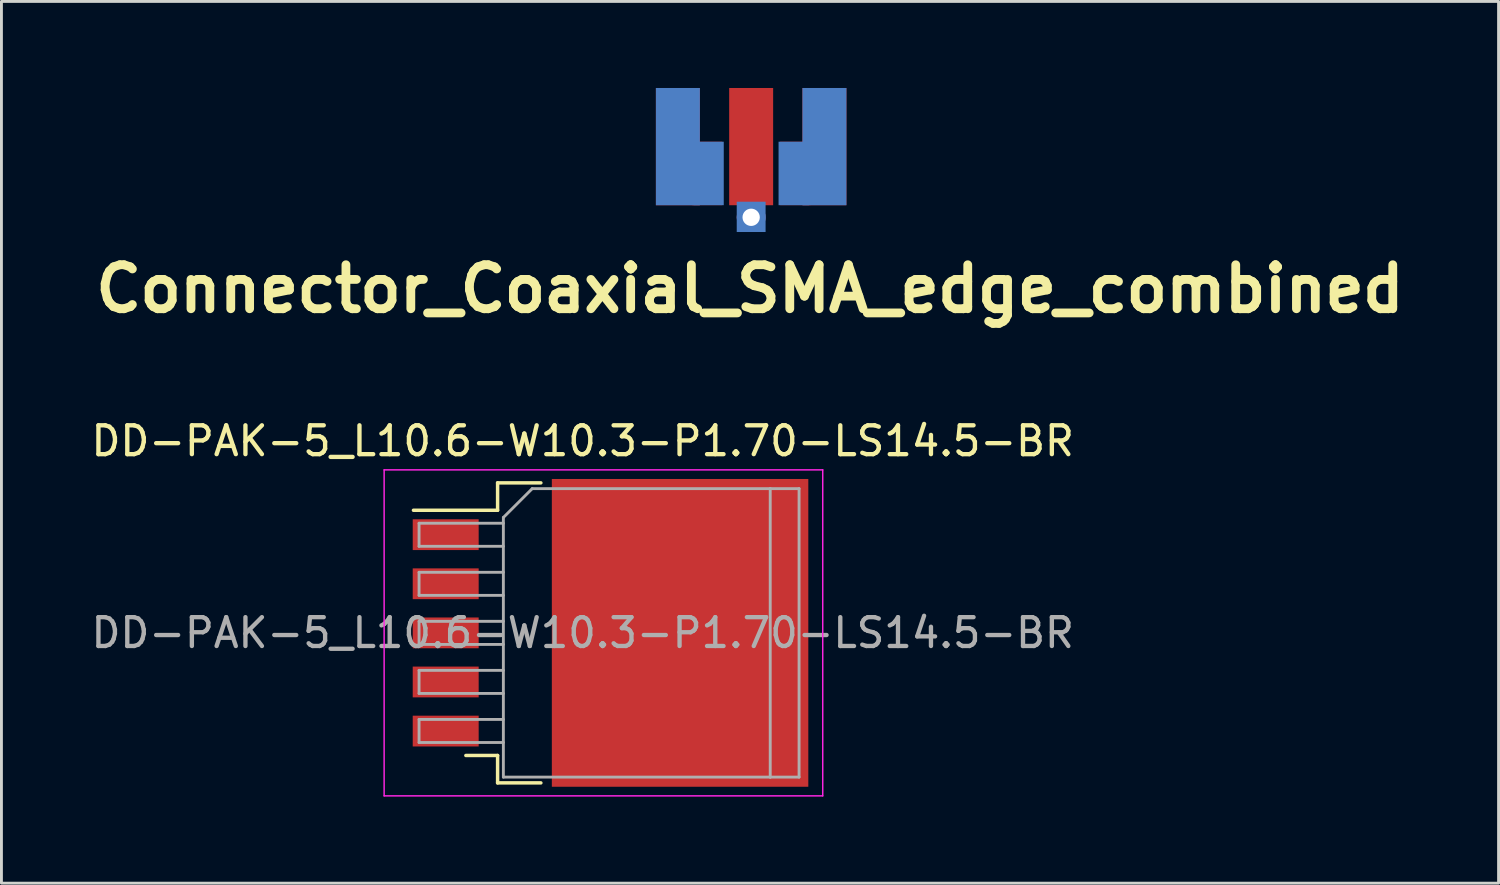
<source format=kicad_pcb>
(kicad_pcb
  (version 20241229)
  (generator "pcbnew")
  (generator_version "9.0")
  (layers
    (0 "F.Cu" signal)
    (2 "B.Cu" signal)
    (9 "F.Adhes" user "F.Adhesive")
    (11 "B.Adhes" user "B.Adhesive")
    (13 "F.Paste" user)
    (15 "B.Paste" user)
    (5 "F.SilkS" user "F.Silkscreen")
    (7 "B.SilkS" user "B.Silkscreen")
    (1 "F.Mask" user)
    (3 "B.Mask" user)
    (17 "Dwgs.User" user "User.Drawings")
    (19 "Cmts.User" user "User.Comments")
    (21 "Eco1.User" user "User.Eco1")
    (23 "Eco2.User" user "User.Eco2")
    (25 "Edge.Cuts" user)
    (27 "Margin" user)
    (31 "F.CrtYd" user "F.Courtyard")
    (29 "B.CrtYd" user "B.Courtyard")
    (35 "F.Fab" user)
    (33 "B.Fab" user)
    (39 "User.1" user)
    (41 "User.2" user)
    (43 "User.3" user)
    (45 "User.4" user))
  (footprint "Connector_Coaxial_SMA_edge_combined"
    (layer "F.Cu")
    (at 22.987 2.032)
    (property "Reference" "Connector_Coaxial_SMA_edge_combined" (at -0.04 4.93 0) (layer "F.SilkS") (effects (font (size 1.524 1.524) (thickness 0.305))))
    (attr through_hole)
    (pad "1" smd rect (at 0 0) (size 1.524 4.064) (layers "F.Cu" "F.Mask" "F.Paste"))
    (pad "1" smd rect (at 0 2.435) (size 1 1.05) (layers "B.Cu" "B.Mask" "B.Paste"))
    (pad "1" thru_hole circle (at 0 2.45) (size 1 1) (drill 0.6) (layers "*.Cu" "*.Mask"))
    (pad "2" smd rect (at -2.54 0) (size 1.524 4.064) (layers "F.Cu" "F.Mask" "F.Paste"))
    (pad "2" smd rect (at -2.54 0) (size 1.524 4.064) (layers "B.Cu" "B.Mask" "B.Paste"))
    (pad "2" smd rect (at -1.53 0.93) (size 1.05 2.2) (layers "F.Cu" "F.Mask" "F.Paste"))
    (pad "2" smd rect (at -1.475 0.93) (size 1.05 2.2) (layers "B.Cu" "B.Mask" "B.Paste"))
    (pad "2" smd rect (at 1.475 0.93) (size 1.05 2.2) (layers "B.Cu" "B.Mask" "B.Paste"))
    (pad "2" smd rect (at 1.53 0.93) (size 1.05 2.2) (layers "F.Cu" "F.Mask" "F.Paste"))
    (pad "2" smd rect (at 2.54 0) (size 1.524 4.064) (layers "F.Cu" "F.Mask" "F.Paste"))
    (pad "2" smd rect (at 2.54 0) (size 1.524 4.064) (layers "B.Cu" "B.Mask" "B.Paste")))
  (footprint "DD-PAK-5_L10.6-W10.3-P1.70-LS14.5-BR"
    (layer "F.Cu")
    (at 11.281 18.887)
    (property "Reference" "DD-PAK-5_L10.6-W10.3-P1.70-LS14.5-BR" (at 5.867 -6.65 0) (layer "F.SilkS") (effects (font (size 1 1) (thickness 0.15))))
    (attr smd)
    (fp_line (start 2.917 -5.2) (end 2.917 -4.25) (stroke (width 0.12) (type solid)) (layer "F.SilkS"))
    (fp_line (start 2.917 -4.25) (end 0 -4.25) (stroke (width 0.12) (type solid)) (layer "F.SilkS"))
    (fp_line (start 2.917 4.25) (end 1.817 4.25) (stroke (width 0.12) (type solid)) (layer "F.SilkS"))
    (fp_line (start 2.917 5.2) (end 2.917 4.25) (stroke (width 0.12) (type solid)) (layer "F.SilkS"))
    (fp_line (start 4.417 -5.2) (end 2.917 -5.2) (stroke (width 0.12) (type solid)) (layer "F.SilkS"))
    (fp_line (start 4.417 5.2) (end 2.917 5.2) (stroke (width 0.12) (type solid)) (layer "F.SilkS"))
    (fp_line (start -1.016 -5.65) (end -1.016 5.65) (stroke (width 0.05) (type solid)) (layer "F.CrtYd"))
    (fp_line (start -1.016 5.65) (end 14.187 5.65) (stroke (width 0.05) (type solid)) (layer "F.CrtYd"))
    (fp_line (start 14.187 -5.65) (end -1.016 -5.65) (stroke (width 0.05) (type solid)) (layer "F.CrtYd"))
    (fp_line (start 14.187 5.65) (end 14.187 -5.65) (stroke (width 0.05) (type solid)) (layer "F.CrtYd"))
    (fp_line (start 0.195 -3.8) (end 0.195 -3) (stroke (width 0.1) (type solid)) (layer "F.Fab"))
    (fp_line (start 0.195 -3) (end 3.117 -3) (stroke (width 0.1) (type solid)) (layer "F.Fab"))
    (fp_line (start 0.195 -2.1) (end 0.195 -1.3) (stroke (width 0.1) (type solid)) (layer "F.Fab"))
    (fp_line (start 0.195 -1.3) (end 3.117 -1.3) (stroke (width 0.1) (type solid)) (layer "F.Fab"))
    (fp_line (start 0.195 -0.4) (end 0.195 0.4) (stroke (width 0.1) (type solid)) (layer "F.Fab"))
    (fp_line (start 0.195 0.4) (end 3.117 0.4) (stroke (width 0.1) (type solid)) (layer "F.Fab"))
    (fp_line (start 0.195 1.3) (end 0.195 2.1) (stroke (width 0.1) (type solid)) (layer "F.Fab"))
    (fp_line (start 0.195 2.1) (end 3.117 2.1) (stroke (width 0.1) (type solid)) (layer "F.Fab"))
    (fp_line (start 0.195 3) (end 0.195 3.8) (stroke (width 0.1) (type solid)) (layer "F.Fab"))
    (fp_line (start 0.195 3.8) (end 3.117 3.8) (stroke (width 0.1) (type solid)) (layer "F.Fab"))
    (fp_line (start 3.117 -4) (end 4.117 -5) (stroke (width 0.1) (type solid)) (layer "F.Fab"))
    (fp_line (start 3.117 -3.8) (end 0.195 -3.8) (stroke (width 0.1) (type solid)) (layer "F.Fab"))
    (fp_line (start 3.117 -2.1) (end 0.195 -2.1) (stroke (width 0.1) (type solid)) (layer "F.Fab"))
    (fp_line (start 3.117 -0.4) (end 0.195 -0.4) (stroke (width 0.1) (type solid)) (layer "F.Fab"))
    (fp_line (start 3.117 1.3) (end 0.195 1.3) (stroke (width 0.1) (type solid)) (layer "F.Fab"))
    (fp_line (start 3.117 3) (end 0.195 3) (stroke (width 0.1) (type solid)) (layer "F.Fab"))
    (fp_line (start 3.117 5) (end 3.117 -4) (stroke (width 0.1) (type solid)) (layer "F.Fab"))
    (fp_line (start 4.117 -5) (end 12.367 -5) (stroke (width 0.1) (type solid)) (layer "F.Fab"))
    (fp_line (start 12.367 -5) (end 12.367 5) (stroke (width 0.1) (type solid)) (layer "F.Fab"))
    (fp_line (start 12.367 -5) (end 13.367 -5) (stroke (width 0.1) (type solid)) (layer "F.Fab"))
    (fp_line (start 12.367 5) (end 3.117 5) (stroke (width 0.1) (type solid)) (layer "F.Fab"))
    (fp_line (start 13.367 -5) (end 13.367 5) (stroke (width 0.1) (type solid)) (layer "F.Fab"))
    (fp_line (start 13.367 5) (end 12.367 5) (stroke (width 0.1) (type solid)) (layer "F.Fab"))
    (fp_text user "${REFERENCE}" (at 5.867 0 0) (layer "F.Fab") (effects (font (size 1 1) (thickness 0.15))))
    (pad "" smd rect (at 7.01 -2.667) (size 4.445 5.334) (layers "F.Paste"))
    (pad "" smd rect (at 7.01 2.667) (size 4.445 5.334) (layers "F.Paste"))
    (pad "" smd rect (at 11.455 -2.667) (size 4.445 5.334) (layers "F.Paste"))
    (pad "" smd rect (at 11.455 2.667) (size 4.445 5.334) (layers "F.Paste"))
    (pad "1" smd rect (at 1.118 -3.404) (size 2.286 1.067) (layers "F.Cu" "F.Mask" "F.Paste"))
    (pad "2" smd rect (at 1.118 -1.702) (size 2.286 1.067) (layers "F.Cu" "F.Mask" "F.Paste"))
    (pad "3" smd rect (at 1.118 0) (size 2.286 1.067) (layers "F.Cu" "F.Mask" "F.Paste"))
    (pad "3" smd rect (at 9.242 0) (size 8.89 10.668) (layers "F.Cu" "F.Mask"))
    (pad "4" smd rect (at 1.118 1.702) (size 2.286 1.067) (layers "F.Cu" "F.Mask" "F.Paste"))
    (pad "5" smd rect (at 1.118 3.404) (size 2.286 1.067) (layers "F.Cu" "F.Mask" "F.Paste")))
  (gr_rect
    (start -3 -3)
    (end 48.894 27.562)
    (stroke (width 0.1) (type default))
    (fill no)
    (layer "Edge.Cuts")))
</source>
